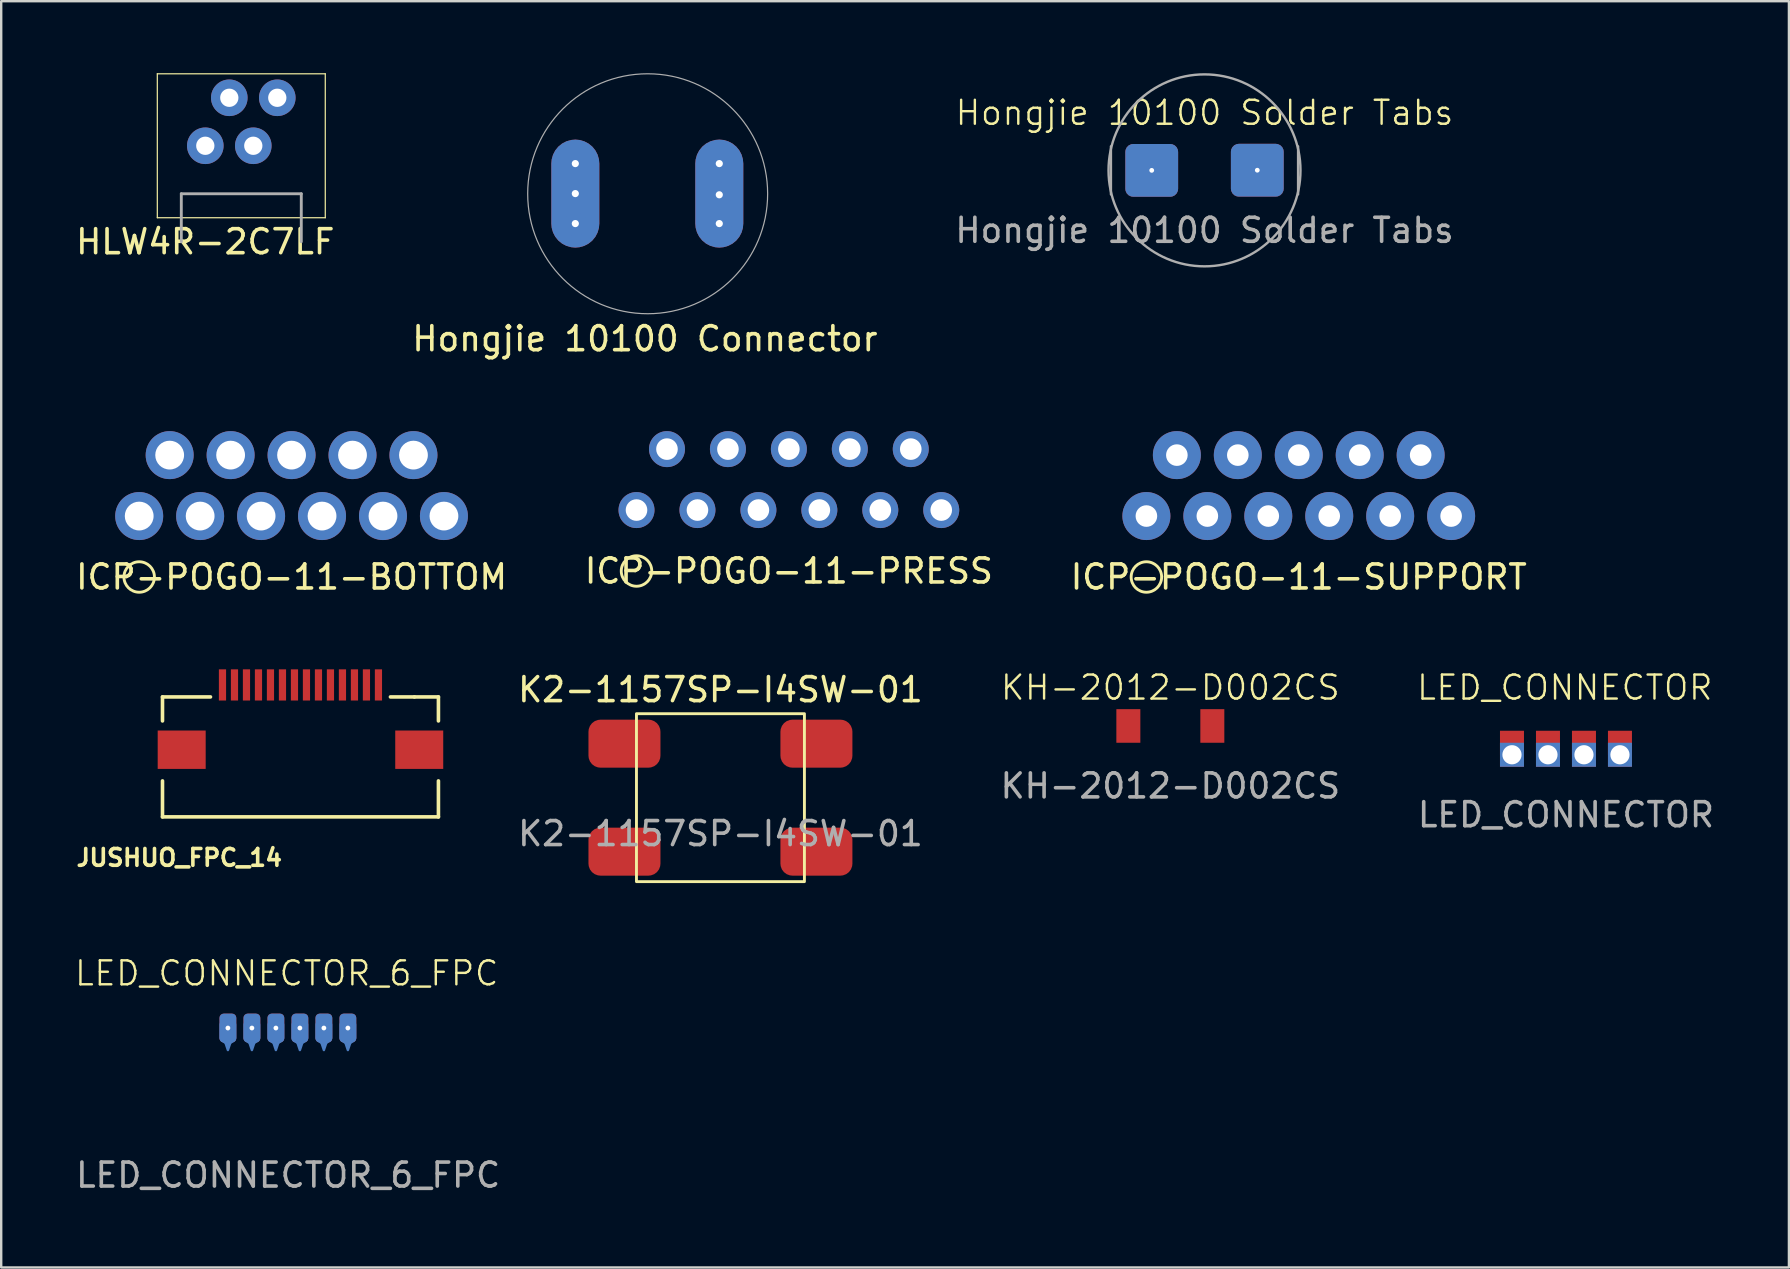
<source format=kicad_pcb>
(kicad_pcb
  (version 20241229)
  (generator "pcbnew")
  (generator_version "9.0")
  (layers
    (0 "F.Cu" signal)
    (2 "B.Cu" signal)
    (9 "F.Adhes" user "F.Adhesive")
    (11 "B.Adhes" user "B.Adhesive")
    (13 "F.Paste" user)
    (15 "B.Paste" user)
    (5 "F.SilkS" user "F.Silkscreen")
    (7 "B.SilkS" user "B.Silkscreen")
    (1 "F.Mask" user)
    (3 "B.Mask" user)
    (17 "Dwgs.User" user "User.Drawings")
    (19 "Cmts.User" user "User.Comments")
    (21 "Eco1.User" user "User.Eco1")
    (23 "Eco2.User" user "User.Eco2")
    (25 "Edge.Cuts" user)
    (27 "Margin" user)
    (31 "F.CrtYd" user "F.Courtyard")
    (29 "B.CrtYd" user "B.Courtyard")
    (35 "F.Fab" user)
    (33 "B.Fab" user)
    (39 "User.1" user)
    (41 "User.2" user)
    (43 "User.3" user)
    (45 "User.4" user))
  (footprint "K2-1157SP-I4SW-01"
    (layer "F.Cu")
    (at 26.975 30.193)
    (property "Reference" "K2-1157SP-I4SW-01" (at 0 -4.5 0) (unlocked yes) (layer "F.SilkS") (effects (font (size 1 1) (thickness 0.15))))
    (attr smd)
    (fp_rect (start -3.5 -3.5) (end 3.5 3.5) (stroke (width 0.12) (type default)) (fill no) (layer "F.SilkS"))
    (fp_text user "${REFERENCE}" (at 0 1.5 0) (unlocked yes) (layer "F.Fab") (effects (font (size 1 1) (thickness 0.15))))
    (pad "1" smd roundrect (at -4 -2.25) (size 3 2) (layers "F.Cu" "F.Mask" "F.Paste") (roundrect_rratio 0.25))
    (pad "2" smd roundrect (at 4 -2.25) (size 3 2) (layers "F.Cu" "F.Mask" "F.Paste") (roundrect_rratio 0.25))
    (pad "3" smd roundrect (at -4 2.25) (size 3 2) (layers "F.Cu" "F.Mask" "F.Paste") (roundrect_rratio 0.25))
    (pad "4" smd roundrect (at 4 2.25) (size 3 2) (layers "F.Cu" "F.Mask" "F.Paste") (roundrect_rratio 0.25)))
  (footprint "HLW4R-2C7LF"
    (layer "F.Cu")
    (at 5.506 3.025)
    (property "Reference" "HLW4R-2C7LF" (at 0 4 0) (layer "F.SilkS") (effects (font (size 1 1) (thickness 0.15))))
    (attr through_hole)
    (fp_line (start -2 -3) (end -2 3) (stroke (width 0.05) (type solid)) (layer "F.SilkS"))
    (fp_line (start -2 3) (end 5 3) (stroke (width 0.05) (type solid)) (layer "F.SilkS"))
    (fp_line (start 5 -3) (end -2 -3) (stroke (width 0.05) (type solid)) (layer "F.SilkS"))
    (fp_line (start 5 3) (end 5 -3) (stroke (width 0.05) (type solid)) (layer "F.SilkS"))
    (fp_line (start -1 2) (end -1 4) (stroke (width 0.12) (type solid)) (layer "F.Fab"))
    (fp_line (start -1 2) (end 4 2) (stroke (width 0.12) (type solid)) (layer "F.Fab"))
    (fp_line (start 4 2) (end 4 4) (stroke (width 0.12) (type solid)) (layer "F.Fab"))
    (pad "1" thru_hole circle (at 0 0) (size 1.524 1.524) (drill 0.762) (layers "*.Cu" "*.Mask"))
    (pad "2" thru_hole circle (at 1 -2) (size 1.524 1.524) (drill 0.762) (layers "*.Cu" "*.Mask"))
    (pad "3" thru_hole circle (at 2 0) (size 1.524 1.524) (drill 0.762) (layers "*.Cu" "*.Mask"))
    (pad "4" thru_hole circle (at 3 -2) (size 1.524 1.524) (drill 0.762) (layers "*.Cu" "*.Mask")))
  (footprint "LED_CONNECTOR_6_FPC"
    (layer "F.Cu")
    (at 8.948 40.314)
    (property "Reference" "LED_CONNECTOR_6_FPC" (at -0.05 -2.8 0) (unlocked yes) (layer "F.SilkS") (effects (font (size 1 1) (thickness 0.1))))
    (attr through_hole)
    (fp_text user "${REFERENCE}" (at 0.01 5.61 0) (unlocked yes) (layer "F.Fab") (effects (font (size 1 1) (thickness 0.15))))
    (pad "1" thru_hole roundrect (at -2.5 -0.52) (size 0.7 1.2) (drill 0.2) (layers "*.Cu" "B.Mask") (roundrect_rratio 0.25))
    (pad "1" smd custom (at -2.5 -0.45) (size 0.5 0.5) (layers "B.Cu") (options (anchor rect)) (primitives (gr_poly (pts (arc (start -0.15 -0.35) (mid -0.256066 -0.306066) (end -0.3 -0.2)) (arc (start -0.3 0.336389) (mid -0.282251 0.407168) (end -0.233205 0.461197)) (arc (start -0.142822 0.521452) (mid -0.106821 0.55521) (end -0.083725 0.598825)) (xy 0 0.85) (arc (start 0.083725 0.598825) (mid 0.106821 0.55521) (end 0.142822 0.521452)) (arc (start 0.233205 0.461197) (mid 0.282251 0.407168) (end 0.3 0.336389)) (arc (start 0.3 -0.2) (mid 0.256066 -0.306066) (end 0.15 -0.35))) (width 0.1) (fill yes))))
    (pad "2" thru_hole roundrect (at -1.5 -0.52) (size 0.7 1.2) (drill 0.2) (layers "*.Cu" "B.Mask") (roundrect_rratio 0.25))
    (pad "2" smd custom (at -1.5 -0.45) (size 0.5 0.5) (layers "B.Cu") (options (anchor rect)) (primitives (gr_poly (pts (arc (start -0.15 -0.35) (mid -0.256066 -0.306066) (end -0.3 -0.2)) (arc (start -0.3 0.336389) (mid -0.282251 0.407168) (end -0.233205 0.461197)) (arc (start -0.142822 0.521452) (mid -0.106821 0.55521) (end -0.083725 0.598825)) (xy 0 0.85) (arc (start 0.083725 0.598825) (mid 0.106821 0.55521) (end 0.142822 0.521452)) (arc (start 0.233205 0.461197) (mid 0.282251 0.407168) (end 0.3 0.336389)) (arc (start 0.3 -0.2) (mid 0.256066 -0.306066) (end 0.15 -0.35))) (width 0.1) (fill yes))))
    (pad "3" thru_hole roundrect (at -0.5 -0.52) (size 0.7 1.2) (drill 0.2) (layers "*.Cu" "B.Mask") (roundrect_rratio 0.25))
    (pad "3" smd custom (at -0.5 -0.45) (size 0.5 0.5) (layers "B.Cu") (options (anchor rect)) (primitives (gr_poly (pts (arc (start -0.15 -0.35) (mid -0.256066 -0.306066) (end -0.3 -0.2)) (arc (start -0.3 0.336389) (mid -0.282251 0.407168) (end -0.233205 0.461197)) (arc (start -0.142822 0.521452) (mid -0.106821 0.55521) (end -0.083725 0.598825)) (xy 0 0.85) (arc (start 0.083725 0.598825) (mid 0.106821 0.55521) (end 0.142822 0.521452)) (arc (start 0.233205 0.461197) (mid 0.282251 0.407168) (end 0.3 0.336389)) (arc (start 0.3 -0.2) (mid 0.256066 -0.306066) (end 0.15 -0.35))) (width 0.1) (fill yes))))
    (pad "4" thru_hole roundrect (at 0.5 -0.52) (size 0.7 1.2) (drill 0.2) (layers "*.Cu" "B.Mask") (roundrect_rratio 0.25))
    (pad "4" smd custom (at 0.5 -0.45) (size 0.5 0.5) (layers "B.Cu") (options (anchor rect)) (primitives (gr_poly (pts (arc (start -0.15 -0.35) (mid -0.256066 -0.306066) (end -0.3 -0.2)) (arc (start -0.3 0.336389) (mid -0.282251 0.407168) (end -0.233205 0.461197)) (arc (start -0.142822 0.521452) (mid -0.106821 0.55521) (end -0.083725 0.598825)) (xy 0 0.85) (arc (start 0.083725 0.598825) (mid 0.106821 0.55521) (end 0.142822 0.521452)) (arc (start 0.233205 0.461197) (mid 0.282251 0.407168) (end 0.3 0.336389)) (arc (start 0.3 -0.2) (mid 0.256066 -0.306066) (end 0.15 -0.35))) (width 0.1) (fill yes))))
    (pad "5" thru_hole roundrect (at 1.5 -0.52) (size 0.7 1.2) (drill 0.2) (layers "*.Cu" "B.Mask") (roundrect_rratio 0.25))
    (pad "5" smd custom (at 1.5 -0.45) (size 0.5 0.5) (layers "B.Cu") (options (anchor rect)) (primitives (gr_poly (pts (arc (start -0.15 -0.35) (mid -0.256066 -0.306066) (end -0.3 -0.2)) (arc (start -0.3 0.336389) (mid -0.282251 0.407168) (end -0.233205 0.461197)) (arc (start -0.142822 0.521452) (mid -0.106821 0.55521) (end -0.083725 0.598825)) (xy 0 0.85) (arc (start 0.083725 0.598825) (mid 0.106821 0.55521) (end 0.142822 0.521452)) (arc (start 0.233205 0.461197) (mid 0.282251 0.407168) (end 0.3 0.336389)) (arc (start 0.3 -0.2) (mid 0.256066 -0.306066) (end 0.15 -0.35))) (width 0.1) (fill yes))))
    (pad "6" thru_hole roundrect (at 2.5 -0.52) (size 0.7 1.2) (drill 0.2) (layers "*.Cu" "B.Mask") (roundrect_rratio 0.25))
    (pad "6" smd custom (at 2.5 -0.45) (size 0.5 0.5) (layers "B.Cu") (options (anchor rect)) (primitives (gr_poly (pts (arc (start -0.15 -0.35) (mid -0.256066 -0.306066) (end -0.3 -0.2)) (arc (start -0.3 0.336389) (mid -0.282251 0.407168) (end -0.233205 0.461197)) (arc (start -0.142822 0.521452) (mid -0.106821 0.55521) (end -0.083725 0.598825)) (xy 0 0.85) (arc (start 0.083725 0.598825) (mid 0.106821 0.55521) (end 0.142822 0.521452)) (arc (start 0.233205 0.461197) (mid 0.282251 0.407168) (end 0.3 0.336389)) (arc (start 0.3 -0.2) (mid 0.256066 -0.306066) (end 0.15 -0.35))) (width 0.1) (fill yes)))))
  (footprint "Hongjie 10100 Solder Tabs"
    (layer "F.Cu")
    (at 47.149 4.05)
    (property "Reference" "Hongjie 10100 Solder Tabs" (at 0 -2.4 0) (unlocked yes) (layer "F.SilkS") (effects (font (size 1 1) (thickness 0.1))))
    (attr through_hole)
    (fp_line (start -3.1 -0.75) (end -3.1 0.75) (stroke (width 0.2) (type solid)) (layer "F.Mask"))
    (fp_line (start -2.95 0.9) (end -1.45 0.9) (stroke (width 0.2) (type solid)) (layer "F.Mask"))
    (fp_line (start -1.45 -0.9) (end -2.95 -0.9) (stroke (width 0.2) (type solid)) (layer "F.Mask"))
    (fp_line (start -1.3 0.75) (end -1.3 -0.75) (stroke (width 0.2) (type solid)) (layer "F.Mask"))
    (fp_line (start 1.3 -0.756) (end 1.3 0.744) (stroke (width 0.2) (type solid)) (layer "F.Mask"))
    (fp_line (start 1.45 0.894) (end 2.95 0.894) (stroke (width 0.2) (type solid)) (layer "F.Mask"))
    (fp_line (start 2.95 -0.906) (end 1.45 -0.906) (stroke (width 0.2) (type solid)) (layer "F.Mask"))
    (fp_line (start 3.1 0.75) (end 3.1 -0.75) (stroke (width 0.2) (type solid)) (layer "F.Mask"))
    (fp_rect (start -3.056 -0.856) (end -1.344 0.856) (stroke (width 0.1) (type solid)) (fill yes) (layer "F.Mask"))
    (fp_rect (start 1.344 -0.862) (end 3.056 0.85) (stroke (width 0.1) (type solid)) (fill yes) (layer "F.Mask"))
    (fp_arc (start -3.1 -0.75) (mid -3.056066 -0.856066) (end -2.95 -0.9) (stroke (width 0.2) (type solid)) (layer "F.Mask"))
    (fp_arc (start -2.95 0.9) (mid -3.056066 0.856066) (end -3.1 0.75) (stroke (width 0.2) (type solid)) (layer "F.Mask"))
    (fp_arc (start -1.45 -0.9) (mid -1.343934 -0.856066) (end -1.3 -0.75) (stroke (width 0.2) (type solid)) (layer "F.Mask"))
    (fp_arc (start -1.3 0.75) (mid -1.343934 0.856066) (end -1.45 0.9) (stroke (width 0.2) (type solid)) (layer "F.Mask"))
    (fp_arc (start 1.3 -0.756066) (mid 1.343934 -0.862132) (end 1.45 -0.906066) (stroke (width 0.2) (type solid)) (layer "F.Mask"))
    (fp_arc (start 1.45 0.893934) (mid 1.343934 0.85) (end 1.3 0.743934) (stroke (width 0.2) (type solid)) (layer "F.Mask"))
    (fp_arc (start 2.95 -0.906066) (mid 3.056066 -0.862132) (end 3.1 -0.756066) (stroke (width 0.2) (type solid)) (layer "F.Mask"))
    (fp_arc (start 3.1 0.743934) (mid 3.056066 0.85) (end 2.95 0.893934) (stroke (width 0.2) (type solid)) (layer "F.Mask"))
    (fp_line (start -3.9 -1) (end -3.9 1) (stroke (width 0.1) (type default)) (layer "F.Fab"))
    (fp_line (start 3.9 -1) (end 3.9 1) (stroke (width 0.1) (type default)) (layer "F.Fab"))
    (fp_circle (center 0 0) (end 4 0) (stroke (width 0.1) (type default)) (fill no) (layer "F.Fab"))
    (fp_text user "${REFERENCE}" (at 0 2.5 0) (unlocked yes) (layer "F.Fab") (effects (font (size 1 1) (thickness 0.15))))
    (pad "1" thru_hole roundrect (at -2.2 0) (size 2.2 2.2) (drill 0.2) (layers "*.Cu") (roundrect_rratio 0.15))
    (pad "2" thru_hole roundrect (at 2.2 -0.006) (size 2.2 2.2) (drill 0.2) (layers "*.Cu") (roundrect_rratio 0.15)))
  (footprint "KH-2012-D002CS"
    (layer "F.Cu")
    (at 45.725 27.205)
    (property "Reference" "KH-2012-D002CS" (at 0 -1.6 0) (unlocked yes) (layer "F.SilkS") (effects (font (size 1 1) (thickness 0.1))))
    (attr smd)
    (fp_text user "${REFERENCE}" (at 0 2.5 0) (unlocked yes) (layer "F.Fab") (effects (font (size 1 1) (thickness 0.15))))
    (pad "1" smd rect (at -1.75 0) (size 1 1.4) (layers "F.Cu" "F.Mask" "F.Paste"))
    (pad "2" smd rect (at 1.75 0) (size 1 1.4) (layers "F.Cu" "F.Mask" "F.Paste")))
  (footprint "ICP-POGO-11-BOTTOM"
    (layer "F.Cu")
    (at 9.101 17.187)
    (property "Reference" "ICP-POGO-11-BOTTOM" (at 0 3.81 0) (layer "F.SilkS") (effects (font (size 1 1) (thickness 0.15))))
    (attr through_hole)
    (fp_circle (center -6.35 3.81) (end -5.715 3.81) (stroke (width 0.12) (type solid)) (fill no) (layer "F.SilkS"))
    (pad "1" thru_hole circle (at -6.35 1.27) (size 2 2) (drill 1.2) (layers "*.Cu" "*.Mask"))
    (pad "2" thru_hole circle (at -5.08 -1.27) (size 2 2) (drill 1.2) (layers "*.Cu" "*.Mask"))
    (pad "3" thru_hole circle (at -3.81 1.27) (size 2 2) (drill 1.2) (layers "*.Cu" "*.Mask"))
    (pad "4" thru_hole circle (at -2.54 -1.27) (size 2 2) (drill 1.2) (layers "*.Cu" "*.Mask"))
    (pad "5" thru_hole circle (at -1.27 1.27) (size 2 2) (drill 1.2) (layers "*.Cu" "*.Mask"))
    (pad "6" thru_hole circle (at 0 -1.27) (size 2 2) (drill 1.2) (layers "*.Cu" "*.Mask"))
    (pad "7" thru_hole circle (at 1.27 1.27) (size 2 2) (drill 1.2) (layers "*.Cu" "*.Mask"))
    (pad "8" thru_hole circle (at 2.54 -1.27) (size 2 2) (drill 1.2) (layers "*.Cu" "*.Mask"))
    (pad "9" thru_hole circle (at 3.81 1.27) (size 2 2) (drill 1.2) (layers "*.Cu" "*.Mask"))
    (pad "10" thru_hole circle (at 5.08 -1.27) (size 2 2) (drill 1.2) (layers "*.Cu" "*.Mask"))
    (pad "11" thru_hole circle (at 6.35 1.27) (size 2 2) (drill 1.2) (layers "*.Cu" "*.Mask")))
  (footprint "ICP-POGO-11-PRESS"
    (layer "F.Cu")
    (at 29.827 16.937)
    (property "Reference" "ICP-POGO-11-PRESS" (at 0 3.81 0) (layer "F.SilkS") (effects (font (size 1 1) (thickness 0.15))))
    (attr through_hole)
    (fp_circle (center -6.35 3.81) (end -5.715 3.81) (stroke (width 0.12) (type solid)) (fill no) (layer "F.SilkS"))
    (pad "1" thru_hole circle (at -6.35 1.27) (size 1.5 1.5) (drill 0.9) (layers "*.Cu" "*.Mask"))
    (pad "2" thru_hole circle (at -5.08 -1.27) (size 1.5 1.5) (drill 0.9) (layers "*.Cu" "*.Mask"))
    (pad "3" thru_hole circle (at -3.81 1.27) (size 1.5 1.5) (drill 0.9) (layers "*.Cu" "*.Mask"))
    (pad "4" thru_hole circle (at -2.54 -1.27) (size 1.5 1.5) (drill 0.9) (layers "*.Cu" "*.Mask"))
    (pad "5" thru_hole circle (at -1.27 1.27) (size 1.5 1.5) (drill 0.9) (layers "*.Cu" "*.Mask"))
    (pad "6" thru_hole circle (at 0 -1.27) (size 1.5 1.5) (drill 0.9) (layers "*.Cu" "*.Mask"))
    (pad "7" thru_hole circle (at 1.27 1.27) (size 1.5 1.5) (drill 0.9) (layers "*.Cu" "*.Mask"))
    (pad "8" thru_hole circle (at 2.54 -1.27) (size 1.5 1.5) (drill 0.9) (layers "*.Cu" "*.Mask"))
    (pad "9" thru_hole circle (at 3.81 1.27) (size 1.5 1.5) (drill 0.9) (layers "*.Cu" "*.Mask"))
    (pad "10" thru_hole circle (at 5.08 -1.27) (size 1.5 1.5) (drill 0.9) (layers "*.Cu" "*.Mask"))
    (pad "11" thru_hole circle (at 6.35 1.27) (size 1.5 1.5) (drill 0.9) (layers "*.Cu" "*.Mask")))
  (footprint "ICP-POGO-11-SUPPORT"
    (layer "F.Cu")
    (at 51.077 17.187)
    (property "Reference" "ICP-POGO-11-SUPPORT" (at 0 3.81 0) (layer "F.SilkS") (effects (font (size 1 1) (thickness 0.15))))
    (attr through_hole)
    (fp_circle (center -6.35 3.81) (end -5.715 3.81) (stroke (width 0.12) (type solid)) (fill no) (layer "F.SilkS"))
    (pad "1" thru_hole circle (at -6.35 1.27) (size 2 2) (drill 0.9) (layers "*.Cu" "*.Mask"))
    (pad "2" thru_hole circle (at -5.08 -1.27) (size 2 2) (drill 0.9) (layers "*.Cu" "*.Mask"))
    (pad "3" thru_hole circle (at -3.81 1.27) (size 2 2) (drill 0.9) (layers "*.Cu" "*.Mask"))
    (pad "4" thru_hole circle (at -2.54 -1.27) (size 2 2) (drill 0.9) (layers "*.Cu" "*.Mask"))
    (pad "5" thru_hole circle (at -1.27 1.27) (size 2 2) (drill 0.9) (layers "*.Cu" "*.Mask"))
    (pad "6" thru_hole circle (at 0 -1.27) (size 2 2) (drill 0.9) (layers "*.Cu" "*.Mask"))
    (pad "7" thru_hole circle (at 1.27 1.27) (size 2 2) (drill 0.9) (layers "*.Cu" "*.Mask"))
    (pad "8" thru_hole circle (at 2.54 -1.27) (size 2 2) (drill 0.9) (layers "*.Cu" "*.Mask"))
    (pad "9" thru_hole circle (at 3.81 1.27) (size 2 2) (drill 0.9) (layers "*.Cu" "*.Mask"))
    (pad "10" thru_hole circle (at 5.08 -1.27) (size 2 2) (drill 0.9) (layers "*.Cu" "*.Mask"))
    (pad "11" thru_hole circle (at 6.35 1.27) (size 2 2) (drill 0.9) (layers "*.Cu" "*.Mask")))
  (footprint "JUSHUO_FPC_14"
    (layer "F.Cu")
    (at 9.472 26.845)
    (property "Reference" "JUSHUO_FPC_14" (at -5.05 5.85 0) (layer "F.SilkS") (effects (font (size 0.7 0.7) (thickness 0.15))))
    (attr through_hole)
    (fp_line (start -5.75 -0.85) (end -5.75 0.15) (stroke (width 0.15) (type solid)) (layer "F.SilkS"))
    (fp_line (start -5.75 2.65) (end -5.75 4.15) (stroke (width 0.15) (type solid)) (layer "F.SilkS"))
    (fp_line (start -5.75 4.15) (end 5.75 4.15) (stroke (width 0.15) (type solid)) (layer "F.SilkS"))
    (fp_line (start -3.75 -0.85) (end -5.75 -0.85) (stroke (width 0.15) (type solid)) (layer "F.SilkS"))
    (fp_line (start 3.75 -0.85) (end 4.75 -0.85) (stroke (width 0.15) (type solid)) (layer "F.SilkS"))
    (fp_line (start 4.75 -0.85) (end 5.75 -0.85) (stroke (width 0.15) (type solid)) (layer "F.SilkS"))
    (fp_line (start 5.75 -0.85) (end 5.75 0.15) (stroke (width 0.15) (type solid)) (layer "F.SilkS"))
    (fp_line (start 5.75 4.15) (end 5.75 2.65) (stroke (width 0.15) (type solid)) (layer "F.SilkS"))
    (pad "1" smd rect (at -3.25 -1.35) (size 0.3 1.3) (layers "F.Cu" "F.Mask" "F.Paste"))
    (pad "2" smd rect (at -2.75 -1.35) (size 0.3 1.3) (layers "F.Cu" "F.Mask" "F.Paste"))
    (pad "3" smd rect (at -2.25 -1.35) (size 0.3 1.3) (layers "F.Cu" "F.Mask" "F.Paste"))
    (pad "4" smd rect (at -1.75 -1.35) (size 0.3 1.3) (layers "F.Cu" "F.Mask" "F.Paste"))
    (pad "5" smd rect (at -1.25 -1.35) (size 0.3 1.3) (layers "F.Cu" "F.Mask" "F.Paste"))
    (pad "6" smd rect (at -0.75 -1.35) (size 0.3 1.3) (layers "F.Cu" "F.Mask" "F.Paste"))
    (pad "7" smd rect (at -0.25 -1.35) (size 0.3 1.3) (layers "F.Cu" "F.Mask" "F.Paste"))
    (pad "8" smd rect (at 0.25 -1.35) (size 0.3 1.3) (layers "F.Cu" "F.Mask" "F.Paste"))
    (pad "9" smd rect (at 0.75 -1.35) (size 0.3 1.3) (layers "F.Cu" "F.Mask" "F.Paste"))
    (pad "10" smd rect (at 1.25 -1.35) (size 0.3 1.3) (layers "F.Cu" "F.Mask" "F.Paste"))
    (pad "11" smd rect (at 1.75 -1.35) (size 0.3 1.3) (layers "F.Cu" "F.Mask" "F.Paste"))
    (pad "12" smd rect (at 2.25 -1.35) (size 0.3 1.3) (layers "F.Cu" "F.Mask" "F.Paste"))
    (pad "13" smd rect (at 2.75 -1.35) (size 0.3 1.3) (layers "F.Cu" "F.Mask" "F.Paste"))
    (pad "14" smd rect (at 3.25 -1.35) (size 0.3 1.3) (layers "F.Cu" "F.Mask" "F.Paste"))
    (pad "15" smd rect (at -4.95 1.35) (size 2 1.6) (layers "F.Cu" "F.Mask" "F.Paste"))
    (pad "16" smd rect (at 4.95 1.35) (size 2 1.6) (layers "F.Cu" "F.Mask" "F.Paste")))
  (footprint "Hongjie 10100 Connector"
    (layer "F.Cu")
    (at 23.927 5.018)
    (property "Reference" "Hongjie 10100 Connector" (at -0.1 6.05 0) (layer "F.SilkS") (effects (font (size 1 1) (thickness 0.15))))
    (attr through_hole)
    (fp_circle (center 0.015 0.007) (end 5.015 0.007) (stroke (width 0.05) (type solid)) (fill no) (layer "F.Fab"))
    (pad "1" thru_hole circle (at -3 -1.25) (size 1 1) (drill 0.3) (layers "*.Cu" "*.Mask"))
    (pad "1" thru_hole circle (at -3 0) (size 1 1) (drill 0.3) (layers "*.Cu" "*.Mask"))
    (pad "1" smd roundrect (at -3 0) (size 2 4.5) (layers "F.Cu" "F.Mask") (roundrect_rratio 0.5))
    (pad "1" smd roundrect (at -3 0) (size 2 4.5) (layers "B.Cu" "B.Mask") (roundrect_rratio 0.5))
    (pad "1" thru_hole circle (at -3 1.25) (size 1 1) (drill 0.3) (layers "*.Cu" "*.Mask"))
    (pad "2" thru_hole circle (at 3 -1.25) (size 1 1) (drill 0.3) (layers "*.Cu" "*.Mask"))
    (pad "2" smd roundrect (at 3 0) (size 2 4.5) (layers "F.Cu" "F.Mask") (roundrect_rratio 0.5))
    (pad "2" smd roundrect (at 3 0) (size 2 4.5) (layers "B.Cu" "B.Mask") (roundrect_rratio 0.5))
    (pad "2" thru_hole circle (at 3 0.05) (size 1 1) (drill 0.3) (layers "*.Cu" "*.Mask"))
    (pad "2" thru_hole circle (at 3 1.25) (size 1 1) (drill 0.3) (layers "*.Cu" "*.Mask")))
  (footprint "LED_CONNECTOR"
    (layer "F.Cu")
    (at 62.213 28.405)
    (property "Reference" "LED_CONNECTOR" (at -0.05 -2.8 0) (unlocked yes) (layer "F.SilkS") (effects (font (size 1 1) (thickness 0.1))))
    (attr smd)
    (fp_text user "${REFERENCE}" (at 0 2.5 0) (unlocked yes) (layer "F.Fab") (effects (font (size 1 1) (thickness 0.15))))
    (pad "1" connect rect (at -2.25 0) (size 1 1) (drill (offset 0 -0.5)) (layers "F.Cu" "F.Mask"))
    (pad "1" thru_hole rect (at -2.25 0) (size 1 1) (drill 0.8) (property pad_prop_castellated) (layers "*.Cu" "*.Mask") (remove_unused_layers yes) (keep_end_layers yes) (zone_layer_connections))
    (pad "2" connect rect (at -0.75 0) (size 1 1) (drill (offset 0 -0.5)) (layers "F.Cu" "F.Mask"))
    (pad "2" thru_hole rect (at -0.75 0) (size 1 1) (drill 0.8) (property pad_prop_castellated) (layers "*.Cu" "*.Mask"))
    (pad "3" connect rect (at 0.75 0) (size 1 1) (drill (offset 0 -0.5)) (layers "F.Cu" "F.Mask"))
    (pad "3" thru_hole rect (at 0.75 0) (size 1 1) (drill 0.8) (property pad_prop_castellated) (layers "*.Cu" "*.Mask"))
    (pad "4" connect rect (at 2.25 0) (size 1 1) (drill (offset 0 -0.5)) (layers "F.Cu" "F.Mask"))
    (pad "4" thru_hole rect (at 2.25 0) (size 1 1) (drill 0.8) (property pad_prop_castellated) (layers "*.Cu" "*.Mask")))
  (gr_rect
    (start -3 -3)
    (end 71.505 49.772)
    (stroke (width 0.1) (type default))
    (fill no)
    (layer "Edge.Cuts")))
</source>
